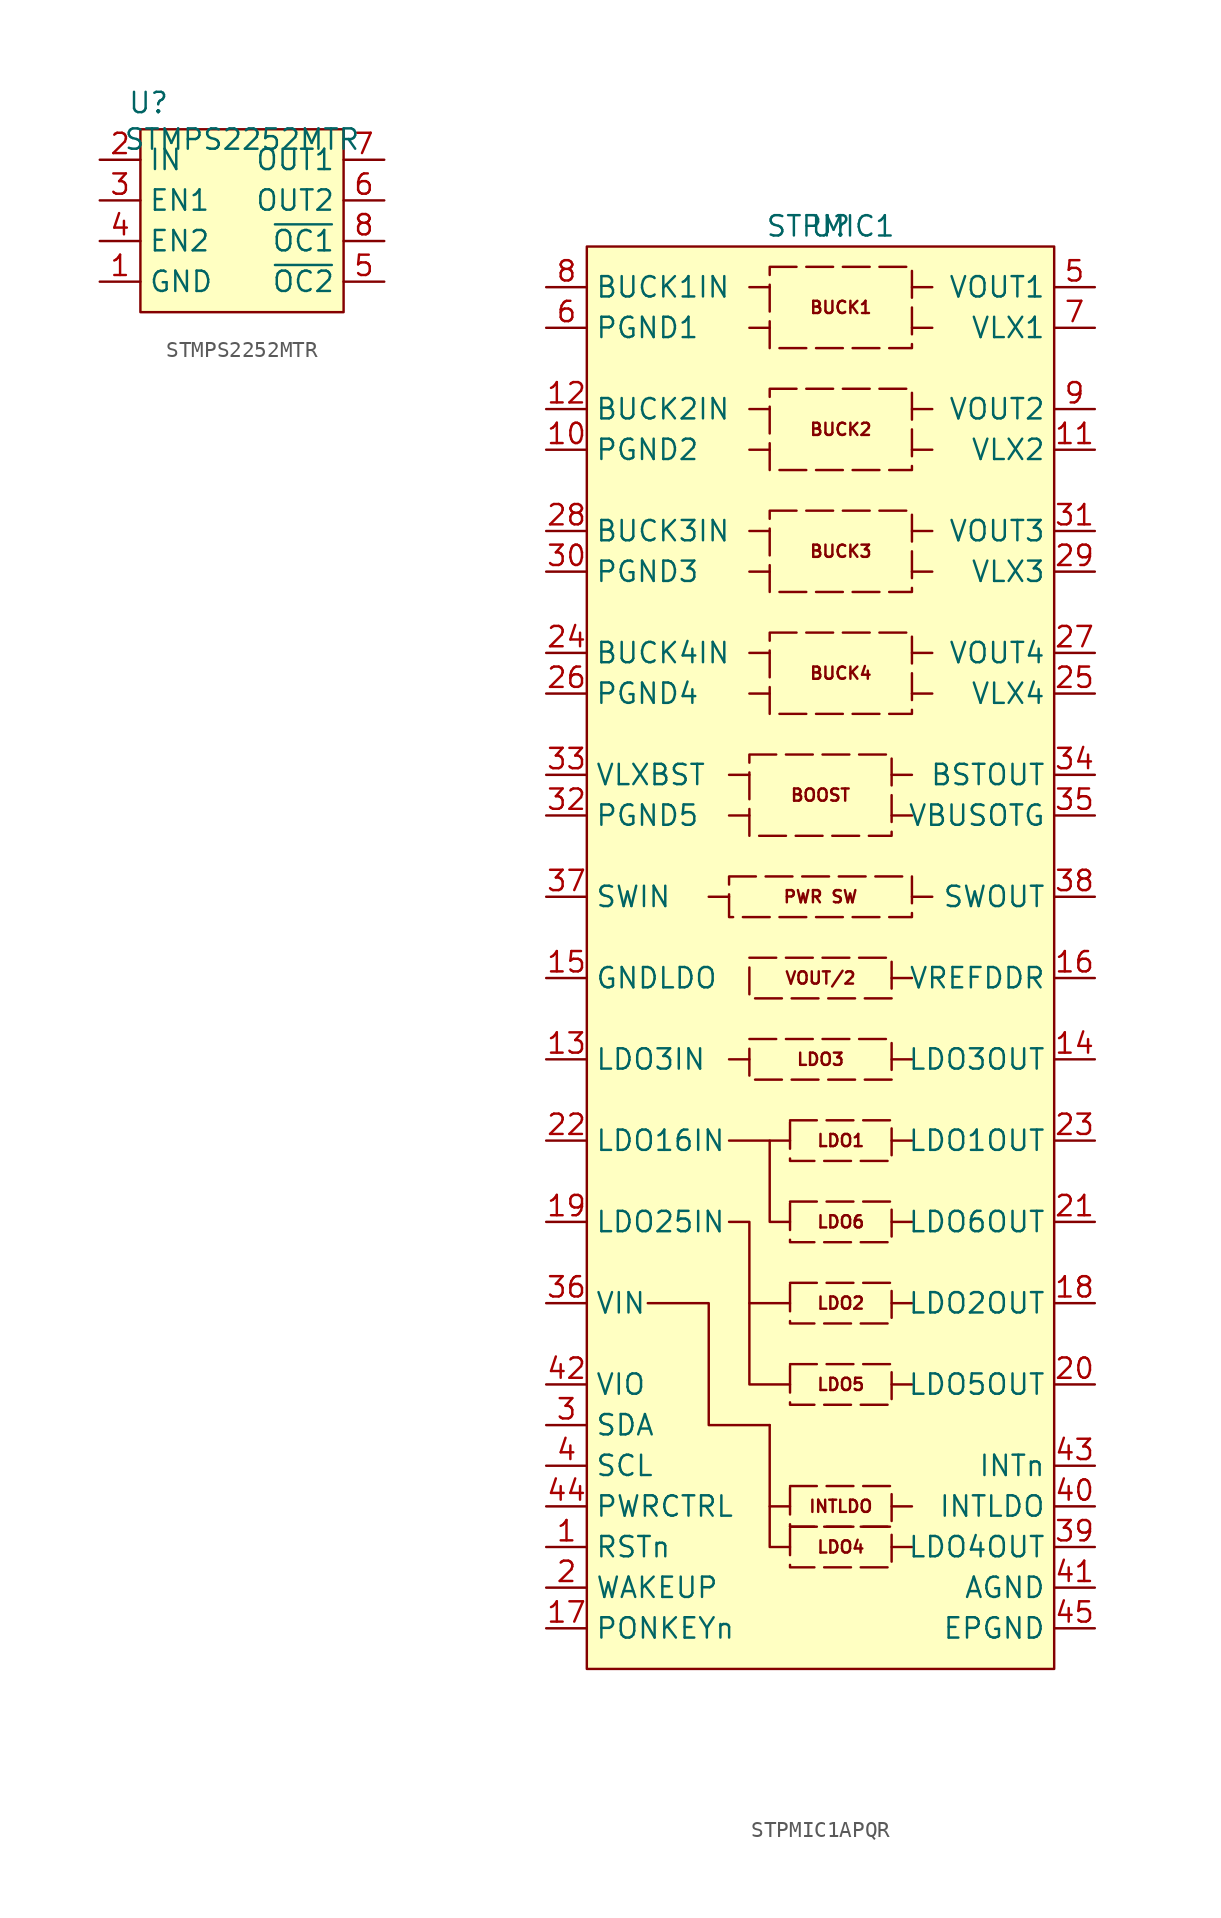
<source format=kicad_sym>
(kicad_symbol_lib
  (version 20231120)
  (generator "kicad_symbol_editor")
  (generator_version "8.0")
  (symbol "STMPS2252MTR"
    (property "Reference" "U"
      (at -5.842 2.286 0)
      (effects (font (size 1.27 1.27))))
    (property "Value" "STMPS2252MTR"
      (at 0 0 0)
      (effects (font (size 1.27 1.27))))
    (symbol "STMPS2252MTR_1_1"
      (rectangle (start -6.35 0.635) (end 6.35 -10.795) (stroke (width 0) (type default)) (fill (type background)))
      (pin power_in line (at -8.89 -8.89 0) (length 2.54) (name "GND" (effects (font (size 1.27 1.27)))) (number "1" (effects (font (size 1.27 1.27)))))
      (pin power_in line (at -8.89 -1.27 0) (length 2.54) (name "IN" (effects (font (size 1.27 1.27)))) (number "2" (effects (font (size 1.27 1.27)))))
      (pin input line (at -8.89 -3.81 0) (length 2.54) (name "EN1" (effects (font (size 1.27 1.27)))) (number "3" (effects (font (size 1.27 1.27)))))
      (pin input line (at -8.89 -6.35 0) (length 2.54) (name "EN2" (effects (font (size 1.27 1.27)))) (number "4" (effects (font (size 1.27 1.27)))))
      (pin open_collector line (at 8.89 -8.89 180) (length 2.54) (name "~{OC2}" (effects (font (size 1.27 1.27)))) (number "5" (effects (font (size 1.27 1.27)))))
      (pin power_out line (at 8.89 -3.81 180) (length 2.54) (name "OUT2" (effects (font (size 1.27 1.27)))) (number "6" (effects (font (size 1.27 1.27)))))
      (pin power_out line (at 8.89 -1.27 180) (length 2.54) (name "OUT1" (effects (font (size 1.27 1.27)))) (number "7" (effects (font (size 1.27 1.27)))))
      (pin open_collector line (at 8.89 -6.35 180) (length 2.54) (name "~{OC1}" (effects (font (size 1.27 1.27)))) (number "8" (effects (font (size 1.27 1.27)))))))
  (symbol "STPMIC1APQR"
    (property "Reference" "U"
      (at 0 0 0)
      (effects (font (size 1.27 1.27))))
    (property "Value" "STPMIC1"
      (at 0 0 0)
      (effects (font (size 1.27 1.27))))
    (symbol "STPMIC1APQR_1_1"
      (rectangle (start -15.24 -1.27) (end 13.97 -90.17) (stroke (width 0) (type default)) (fill (type background)))
      (polyline (pts (xy -6.35 -57.15) (xy -2.54 -57.15)) (stroke (width 0) (type default)) (fill (type none)))
      (polyline (pts (xy -6.35 -52.07) (xy -5.08 -52.07)) (stroke (width 0) (type default)) (fill (type none)))
      (polyline (pts (xy -6.35 -41.91) (xy -7.62 -41.91)) (stroke (width 0) (type default)) (fill (type none)))
      (polyline (pts (xy -6.35 -36.83) (xy -5.08 -36.83)) (stroke (width 0) (type default)) (fill (type none)))
      (polyline (pts (xy -6.35 -34.29) (xy -5.08 -34.29)) (stroke (width 0) (type default)) (fill (type none)))
      (polyline (pts (xy -5.08 -67.31) (xy -2.54 -67.31)) (stroke (width 0) (type default)) (fill (type none)))
      (polyline (pts (xy -5.08 -29.21) (xy -3.81 -29.21)) (stroke (width 0) (type default)) (fill (type none)))
      (polyline (pts (xy -5.08 -26.67) (xy -3.81 -26.67)) (stroke (width 0) (type default)) (fill (type none)))
      (polyline (pts (xy -5.08 -21.59) (xy -3.81 -21.59)) (stroke (width 0) (type default)) (fill (type none)))
      (polyline (pts (xy -5.08 -19.05) (xy -3.81 -19.05)) (stroke (width 0) (type default)) (fill (type none)))
      (polyline (pts (xy -5.08 -13.97) (xy -3.81 -13.97)) (stroke (width 0) (type default)) (fill (type none)))
      (polyline (pts (xy -5.08 -11.43) (xy -3.81 -11.43)) (stroke (width 0) (type default)) (fill (type none)))
      (polyline (pts (xy -5.08 -6.35) (xy -3.81 -6.35)) (stroke (width 0) (type default)) (fill (type none)))
      (polyline (pts (xy -5.08 -3.81) (xy -3.81 -3.81)) (stroke (width 0) (type default)) (fill (type none)))
      (polyline (pts (xy -2.54 -80.01) (xy -3.81 -80.01)) (stroke (width 0) (type default)) (fill (type none)))
      (polyline (pts (xy 3.81 -82.55) (xy 5.08 -82.55)) (stroke (width 0) (type default)) (fill (type none)))
      (polyline (pts (xy 3.81 -80.01) (xy 5.08 -80.01)) (stroke (width 0) (type default)) (fill (type none)))
      (polyline (pts (xy 3.81 -72.39) (xy 5.08 -72.39)) (stroke (width 0) (type default)) (fill (type none)))
      (polyline (pts (xy 3.81 -67.31) (xy 5.08 -67.31)) (stroke (width 0) (type default)) (fill (type none)))
      (polyline (pts (xy 3.81 -62.23) (xy 5.08 -62.23)) (stroke (width 0) (type default)) (fill (type none)))
      (polyline (pts (xy 3.81 -57.15) (xy 5.08 -57.15)) (stroke (width 0) (type default)) (fill (type none)))
      (polyline (pts (xy 3.81 -52.07) (xy 5.08 -52.07)) (stroke (width 0) (type default)) (fill (type none)))
      (polyline (pts (xy 3.81 -46.99) (xy 5.08 -46.99)) (stroke (width 0) (type default)) (fill (type none)))
      (polyline (pts (xy 3.81 -36.83) (xy 5.08 -36.83)) (stroke (width 0) (type default)) (fill (type none)))
      (polyline (pts (xy 3.81 -34.29) (xy 5.08 -34.29)) (stroke (width 0) (type default)) (fill (type none)))
      (polyline (pts (xy 5.08 -41.91) (xy 6.35 -41.91)) (stroke (width 0) (type default)) (fill (type none)))
      (polyline (pts (xy 5.08 -29.21) (xy 6.35 -29.21)) (stroke (width 0) (type default)) (fill (type none)))
      (polyline (pts (xy 5.08 -26.67) (xy 6.35 -26.67)) (stroke (width 0) (type default)) (fill (type none)))
      (polyline (pts (xy 5.08 -21.59) (xy 6.35 -21.59)) (stroke (width 0) (type default)) (fill (type none)))
      (polyline (pts (xy 5.08 -19.05) (xy 6.35 -19.05)) (stroke (width 0) (type default)) (fill (type none)))
      (polyline (pts (xy 5.08 -13.97) (xy 6.35 -13.97)) (stroke (width 0) (type default)) (fill (type none)))
      (polyline (pts (xy 5.08 -11.43) (xy 6.35 -11.43)) (stroke (width 0) (type default)) (fill (type none)))
      (polyline (pts (xy 5.08 -6.35) (xy 6.35 -6.35)) (stroke (width 0) (type default)) (fill (type none)))
      (polyline (pts (xy 5.08 -3.81) (xy 6.35 -3.81)) (stroke (width 0) (type default)) (fill (type none)))
      (polyline (pts (xy -3.81 -74.93) (xy -3.81 -82.55) (xy -2.54 -82.55)) (stroke (width 0) (type default)) (fill (type none)))
      (polyline (pts (xy -3.81 -57.15) (xy -3.81 -62.23) (xy -2.54 -62.23)) (stroke (width 0) (type default)) (fill (type none)))
      (polyline (pts (xy -11.43 -67.31) (xy -7.62 -67.31) (xy -7.62 -74.93) (xy -3.81 -74.93)) (stroke (width 0) (type default)) (fill (type none)))
      (polyline (pts (xy -6.35 -62.23) (xy -5.08 -62.23) (xy -5.08 -72.39) (xy -2.54 -72.39)) (stroke (width 0) (type default)) (fill (type none)))
      (text_box "BOOST" (at -5.08 -33.02 0) (size 8.89 -5.08) (stroke (width 0) (type dash)) (fill (type none)) (effects (font (size 0.762 0.762))))
      (text_box "BUCK1" (at -3.81 -2.54 0) (size 8.89 -5.08) (stroke (width 0) (type dash)) (fill (type none)) (effects (font (size 0.762 0.762))))
      (text_box "BUCK2" (at -3.81 -10.16 0) (size 8.89 -5.08) (stroke (width 0) (type dash)) (fill (type none)) (effects (font (size 0.762 0.762))))
      (text_box "BUCK3" (at -3.81 -17.78 0) (size 8.89 -5.08) (stroke (width 0) (type dash)) (fill (type none)) (effects (font (size 0.762 0.762))))
      (text_box "BUCK4" (at -3.81 -25.4 0) (size 8.89 -5.08) (stroke (width 0) (type dash)) (fill (type none)) (effects (font (size 0.762 0.762))))
      (text_box "INTLDO" (at -2.54 -78.74 0) (size 6.35 -2.54) (stroke (width 0) (type dash)) (fill (type none)) (effects (font (size 0.762 0.762))))
      (text_box "LDO1" (at -2.54 -55.88 0) (size 6.35 -2.54) (stroke (width 0) (type dash)) (fill (type none)) (effects (font (size 0.762 0.762))))
      (text_box "LDO2" (at -2.54 -66.04 0) (size 6.35 -2.54) (stroke (width 0) (type dash)) (fill (type none)) (effects (font (size 0.762 0.762))))
      (text_box "LDO3" (at -5.08 -50.8 0) (size 8.89 -2.54) (stroke (width 0) (type dash)) (fill (type none)) (effects (font (size 0.762 0.762))))
      (text_box "LDO4" (at -2.54 -81.28 0) (size 6.35 -2.54) (stroke (width 0) (type dash)) (fill (type none)) (effects (font (size 0.762 0.762))))
      (text_box "LDO5" (at -2.54 -71.12 0) (size 6.35 -2.54) (stroke (width 0) (type dash)) (fill (type none)) (effects (font (size 0.762 0.762))))
      (text_box "LDO6" (at -2.54 -60.96 0) (size 6.35 -2.54) (stroke (width 0) (type dash)) (fill (type none)) (effects (font (size 0.762 0.762))))
      (text_box "PWR SW" (at -6.35 -40.64 0) (size 11.43 -2.54) (stroke (width 0) (type dash)) (fill (type none)) (effects (font (size 0.762 0.762))))
      (text_box "VOUT/2" (at -5.08 -45.72 0) (size 8.89 -2.54) (stroke (width 0) (type dash)) (fill (type none)) (effects (font (size 0.762 0.762))))
      (pin bidirectional line (at -17.78 -82.55 0) (length 2.54) (name "RSTn" (effects (font (size 1.27 1.27)))) (number "1" (effects (font (size 1.27 1.27)))))
      (pin power_in line (at -17.78 -13.97 0) (length 2.54) (name "PGND2" (effects (font (size 1.27 1.27)))) (number "10" (effects (font (size 1.27 1.27)))))
      (pin output line (at 16.51 -13.97 180) (length 2.54) (name "VLX2" (effects (font (size 1.27 1.27)))) (number "11" (effects (font (size 1.27 1.27)))))
      (pin power_in line (at -17.78 -11.43 0) (length 2.54) (name "BUCK2IN" (effects (font (size 1.27 1.27)))) (number "12" (effects (font (size 1.27 1.27)))))
      (pin power_in line (at -17.78 -52.07 0) (length 2.54) (name "LDO3IN" (effects (font (size 1.27 1.27)))) (number "13" (effects (font (size 1.27 1.27)))))
      (pin power_out line (at 16.51 -52.07 180) (length 2.54) (name "LDO3OUT" (effects (font (size 1.27 1.27)))) (number "14" (effects (font (size 1.27 1.27)))))
      (pin power_in line (at -17.78 -46.99 0) (length 2.54) (name "GNDLDO" (effects (font (size 1.27 1.27)))) (number "15" (effects (font (size 1.27 1.27)))))
      (pin power_out line (at 16.51 -46.99 180) (length 2.54) (name "VREFDDR" (effects (font (size 1.27 1.27)))) (number "16" (effects (font (size 1.27 1.27)))))
      (pin input line (at -17.78 -87.63 0) (length 2.54) (name "PONKEYn" (effects (font (size 1.27 1.27)))) (number "17" (effects (font (size 1.27 1.27)))))
      (pin power_out line (at 16.51 -67.31 180) (length 2.54) (name "LDO2OUT" (effects (font (size 1.27 1.27)))) (number "18" (effects (font (size 1.27 1.27)))))
      (pin power_in line (at -17.78 -62.23 0) (length 2.54) (name "LDO25IN" (effects (font (size 1.27 1.27)))) (number "19" (effects (font (size 1.27 1.27)))))
      (pin input line (at -17.78 -85.09 0) (length 2.54) (name "WAKEUP" (effects (font (size 1.27 1.27)))) (number "2" (effects (font (size 1.27 1.27)))))
      (pin power_out line (at 16.51 -72.39 180) (length 2.54) (name "LDO5OUT" (effects (font (size 1.27 1.27)))) (number "20" (effects (font (size 1.27 1.27)))))
      (pin power_out line (at 16.51 -62.23 180) (length 2.54) (name "LDO6OUT" (effects (font (size 1.27 1.27)))) (number "21" (effects (font (size 1.27 1.27)))))
      (pin power_in line (at -17.78 -57.15 0) (length 2.54) (name "LDO16IN" (effects (font (size 1.27 1.27)))) (number "22" (effects (font (size 1.27 1.27)))))
      (pin power_out line (at 16.51 -57.15 180) (length 2.54) (name "LDO1OUT" (effects (font (size 1.27 1.27)))) (number "23" (effects (font (size 1.27 1.27)))))
      (pin power_in line (at -17.78 -26.67 0) (length 2.54) (name "BUCK4IN" (effects (font (size 1.27 1.27)))) (number "24" (effects (font (size 1.27 1.27)))))
      (pin output line (at 16.51 -29.21 180) (length 2.54) (name "VLX4" (effects (font (size 1.27 1.27)))) (number "25" (effects (font (size 1.27 1.27)))))
      (pin power_in line (at -17.78 -29.21 0) (length 2.54) (name "PGND4" (effects (font (size 1.27 1.27)))) (number "26" (effects (font (size 1.27 1.27)))))
      (pin power_out line (at 16.51 -26.67 180) (length 2.54) (name "VOUT4" (effects (font (size 1.27 1.27)))) (number "27" (effects (font (size 1.27 1.27)))))
      (pin power_in line (at -17.78 -19.05 0) (length 2.54) (name "BUCK3IN" (effects (font (size 1.27 1.27)))) (number "28" (effects (font (size 1.27 1.27)))))
      (pin output line (at 16.51 -21.59 180) (length 2.54) (name "VLX3" (effects (font (size 1.27 1.27)))) (number "29" (effects (font (size 1.27 1.27)))))
      (pin bidirectional line (at -17.78 -74.93 0) (length 2.54) (name "SDA" (effects (font (size 1.27 1.27)))) (number "3" (effects (font (size 1.27 1.27)))))
      (pin power_in line (at -17.78 -21.59 0) (length 2.54) (name "PGND3" (effects (font (size 1.27 1.27)))) (number "30" (effects (font (size 1.27 1.27)))))
      (pin power_out line (at 16.51 -19.05 180) (length 2.54) (name "VOUT3" (effects (font (size 1.27 1.27)))) (number "31" (effects (font (size 1.27 1.27)))))
      (pin power_in line (at -17.78 -36.83 0) (length 2.54) (name "PGND5" (effects (font (size 1.27 1.27)))) (number "32" (effects (font (size 1.27 1.27)))))
      (pin input line (at -17.78 -34.29 0) (length 2.54) (name "VLXBST" (effects (font (size 1.27 1.27)))) (number "33" (effects (font (size 1.27 1.27)))))
      (pin power_out line (at 16.51 -34.29 180) (length 2.54) (name "BSTOUT" (effects (font (size 1.27 1.27)))) (number "34" (effects (font (size 1.27 1.27)))))
      (pin power_out line (at 16.51 -36.83 180) (length 2.54) (name "VBUSOTG" (effects (font (size 1.27 1.27)))) (number "35" (effects (font (size 1.27 1.27)))))
      (pin power_in line (at -17.78 -67.31 0) (length 2.54) (name "VIN" (effects (font (size 1.27 1.27)))) (number "36" (effects (font (size 1.27 1.27)))))
      (pin input line (at -17.78 -41.91 0) (length 2.54) (name "SWIN" (effects (font (size 1.27 1.27)))) (number "37" (effects (font (size 1.27 1.27)))))
      (pin power_out line (at 16.51 -41.91 180) (length 2.54) (name "SWOUT" (effects (font (size 1.27 1.27)))) (number "38" (effects (font (size 1.27 1.27)))))
      (pin power_out line (at 16.51 -82.55 180) (length 2.54) (name "LDO4OUT" (effects (font (size 1.27 1.27)))) (number "39" (effects (font (size 1.27 1.27)))))
      (pin input line (at -17.78 -77.47 0) (length 2.54) (name "SCL" (effects (font (size 1.27 1.27)))) (number "4" (effects (font (size 1.27 1.27)))))
      (pin output line (at 16.51 -80.01 180) (length 2.54) (name "INTLDO" (effects (font (size 1.27 1.27)))) (number "40" (effects (font (size 1.27 1.27)))))
      (pin power_in line (at 16.51 -85.09 180) (length 2.54) (name "AGND" (effects (font (size 1.27 1.27)))) (number "41" (effects (font (size 1.27 1.27)))))
      (pin input line (at -17.78 -72.39 0) (length 2.54) (name "VIO" (effects (font (size 1.27 1.27)))) (number "42" (effects (font (size 1.27 1.27)))))
      (pin output line (at 16.51 -77.47 180) (length 2.54) (name "INTn" (effects (font (size 1.27 1.27)))) (number "43" (effects (font (size 1.27 1.27)))))
      (pin input line (at -17.78 -80.01 0) (length 2.54) (name "PWRCTRL" (effects (font (size 1.27 1.27)))) (number "44" (effects (font (size 1.27 1.27)))))
      (pin passive line (at 16.51 -87.63 180) (length 2.54) (name "EPGND" (effects (font (size 1.27 1.27)))) (number "45" (effects (font (size 1.27 1.27)))))
      (pin power_out line (at 16.51 -3.81 180) (length 2.54) (name "VOUT1" (effects (font (size 1.27 1.27)))) (number "5" (effects (font (size 1.27 1.27)))))
      (pin power_in line (at -17.78 -6.35 0) (length 2.54) (name "PGND1" (effects (font (size 1.27 1.27)))) (number "6" (effects (font (size 1.27 1.27)))))
      (pin output line (at 16.51 -6.35 180) (length 2.54) (name "VLX1" (effects (font (size 1.27 1.27)))) (number "7" (effects (font (size 1.27 1.27)))))
      (pin power_in line (at -17.78 -3.81 0) (length 2.54) (name "BUCK1IN" (effects (font (size 1.27 1.27)))) (number "8" (effects (font (size 1.27 1.27)))))
      (pin power_out line (at 16.51 -11.43 180) (length 2.54) (name "VOUT2" (effects (font (size 1.27 1.27)))) (number "9" (effects (font (size 1.27 1.27))))))))
</source>
